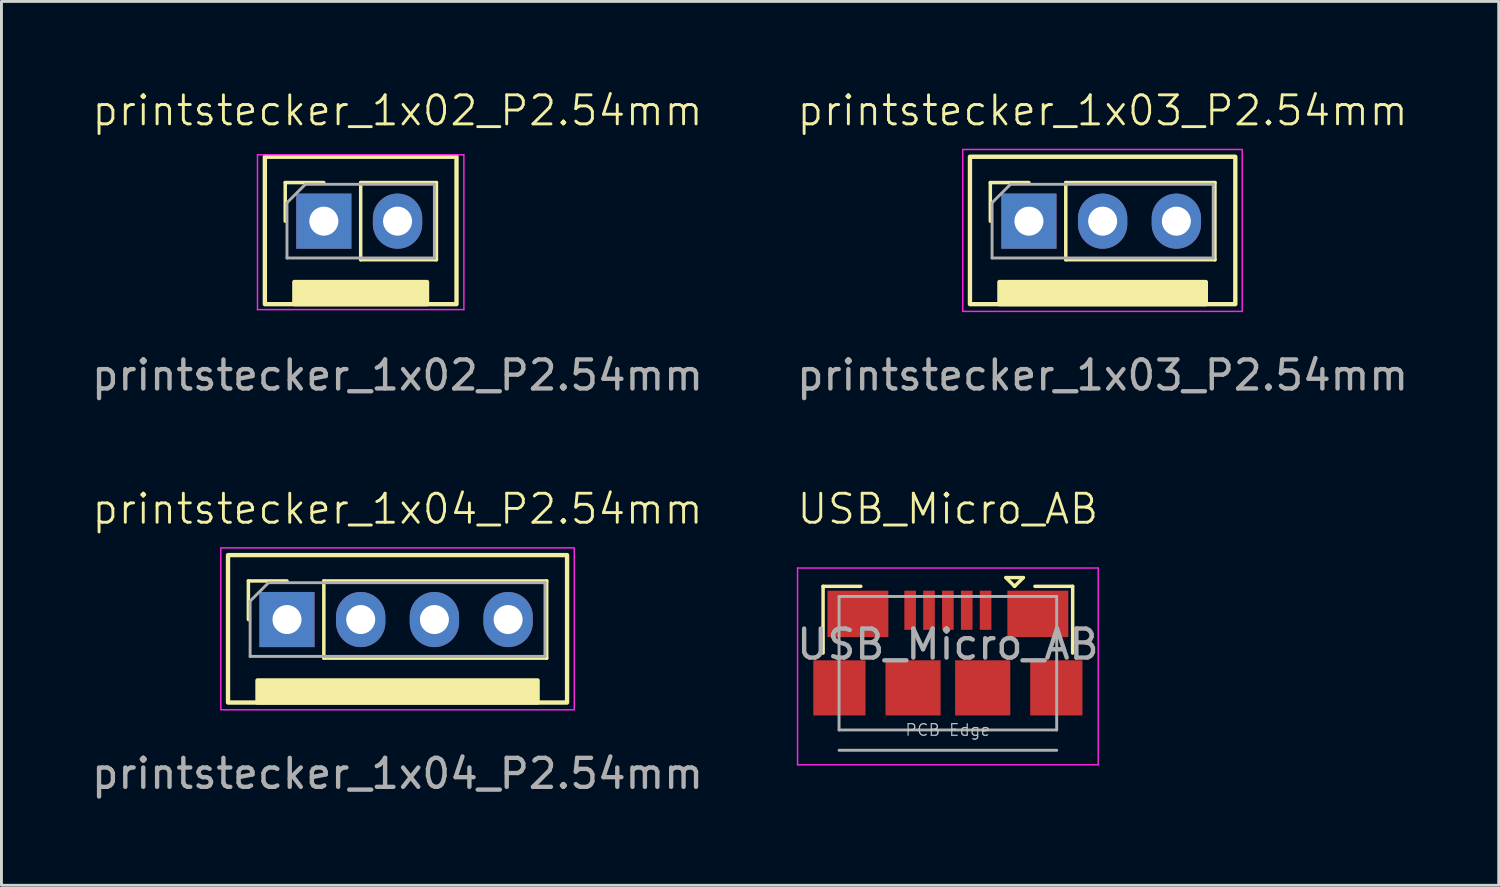
<source format=kicad_pcb>
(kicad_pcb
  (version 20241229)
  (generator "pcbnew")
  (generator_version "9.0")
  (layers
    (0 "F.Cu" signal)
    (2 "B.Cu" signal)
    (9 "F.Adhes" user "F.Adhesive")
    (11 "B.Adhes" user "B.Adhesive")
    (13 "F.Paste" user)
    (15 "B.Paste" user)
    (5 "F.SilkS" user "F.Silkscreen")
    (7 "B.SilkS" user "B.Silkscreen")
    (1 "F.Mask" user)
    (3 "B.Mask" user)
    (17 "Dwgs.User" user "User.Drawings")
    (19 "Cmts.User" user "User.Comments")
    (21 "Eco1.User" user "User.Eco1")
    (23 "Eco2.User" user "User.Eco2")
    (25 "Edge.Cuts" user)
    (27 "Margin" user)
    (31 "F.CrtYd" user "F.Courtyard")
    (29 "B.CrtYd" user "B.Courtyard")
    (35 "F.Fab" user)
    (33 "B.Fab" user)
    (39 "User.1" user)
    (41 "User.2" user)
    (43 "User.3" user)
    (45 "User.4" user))
  (footprint "printstecker_1x04_P2.54mm"
    (layer "F.Cu")
    (at 10.649 18.299)
    (property "Reference" "printstecker_1x04_P2.54mm" (at 0 -3.81 0) (unlocked yes) (layer "F.SilkS") (effects (font (size 1 1) (thickness 0.1))))
    (attr through_hole)
    (fp_line (start -5.14 -1.33) (end -3.81 -1.33) (stroke (width 0.12) (type solid)) (layer "F.SilkS"))
    (fp_line (start -5.14 0) (end -5.14 -1.33) (stroke (width 0.12) (type solid)) (layer "F.SilkS"))
    (fp_line (start -2.54 -1.33) (end 5.14 -1.33) (stroke (width 0.12) (type solid)) (layer "F.SilkS"))
    (fp_line (start -2.54 1.33) (end -2.54 -1.33) (stroke (width 0.12) (type solid)) (layer "F.SilkS"))
    (fp_line (start -2.54 1.33) (end 5.14 1.33) (stroke (width 0.12) (type solid)) (layer "F.SilkS"))
    (fp_line (start 5.14 1.33) (end 5.14 -1.33) (stroke (width 0.12) (type solid)) (layer "F.SilkS"))
    (fp_rect (start -5.842 -2.22) (end 5.842 2.86) (stroke (width 0.15) (type default)) (fill no) (layer "F.SilkS"))
    (fp_rect (start -4.826 2.098) (end 4.826 2.86) (stroke (width 0.15) (type solid)) (fill yes) (layer "F.SilkS"))
    (fp_rect (start -6.09 -2.47) (end 6.09 3.11) (stroke (width 0.05) (type default)) (fill no) (layer "F.CrtYd"))
    (fp_line (start -5.08 -0.635) (end -4.445 -1.27) (stroke (width 0.1) (type solid)) (layer "F.Fab"))
    (fp_line (start -5.08 1.27) (end -5.08 -0.635) (stroke (width 0.1) (type solid)) (layer "F.Fab"))
    (fp_line (start -4.445 -1.27) (end 5.08 -1.27) (stroke (width 0.1) (type solid)) (layer "F.Fab"))
    (fp_line (start 5.08 -1.27) (end 5.08 1.27) (stroke (width 0.1) (type solid)) (layer "F.Fab"))
    (fp_line (start 5.08 1.27) (end -5.08 1.27) (stroke (width 0.1) (type solid)) (layer "F.Fab"))
    (fp_text user "${REFERENCE}" (at 0 5.31 0) (unlocked yes) (layer "F.Fab") (effects (font (size 1 1) (thickness 0.15))))
    (pad "1" thru_hole rect (at -3.81 0 90) (size 1.9 1.9) (drill 1) (layers "*.Cu" "*.Mask"))
    (pad "2" thru_hole oval (at -1.27 0 90) (size 1.9 1.7) (drill 1) (layers "*.Cu" "*.Mask"))
    (pad "3" thru_hole oval (at 1.27 0 90) (size 1.9 1.7) (drill 1) (layers "*.Cu" "*.Mask"))
    (pad "4" thru_hole oval (at 3.81 0 90) (size 1.9 1.7) (drill 1) (layers "*.Cu" "*.Mask")))
  (footprint "USB_Micro_AB"
    (layer "F.Cu")
    (at 29.613 20.654)
    (property "Reference" "USB_Micro_AB" (at 0 -6.165 0) (unlocked yes) (layer "F.SilkS") (effects (font (size 1 1) (thickness 0.1))))
    (attr smd)
    (fp_line (start -4.3 -3.5) (end -4.3 -1.2) (stroke (width 0.12) (type solid)) (layer "F.SilkS"))
    (fp_line (start -4.3 -3.5) (end -3 -3.5) (stroke (width 0.12) (type solid)) (layer "F.SilkS"))
    (fp_line (start 2 -3.8) (end 2.6 -3.8) (stroke (width 0.12) (type solid)) (layer "F.SilkS"))
    (fp_line (start 2.3 -3.5) (end 2 -3.8) (stroke (width 0.12) (type solid)) (layer "F.SilkS"))
    (fp_line (start 2.3 -3.5) (end 2.6 -3.8) (stroke (width 0.12) (type solid)) (layer "F.SilkS"))
    (fp_line (start 3 -3.5) (end 4.3 -3.5) (stroke (width 0.12) (type solid)) (layer "F.SilkS"))
    (fp_line (start 4.3 -3.5) (end 4.3 -1.2) (stroke (width 0.12) (type solid)) (layer "F.SilkS"))
    (fp_line (start -5.18 -4.13) (end -5.18 2.65) (stroke (width 0.05) (type solid)) (layer "F.CrtYd"))
    (fp_line (start -5.18 -4.13) (end 5.18 -4.13) (stroke (width 0.05) (type solid)) (layer "F.CrtYd"))
    (fp_line (start -5.18 2.65) (end 5.18 2.65) (stroke (width 0.05) (type solid)) (layer "F.CrtYd"))
    (fp_line (start 5.18 -4.13) (end 5.18 2.65) (stroke (width 0.05) (type solid)) (layer "F.CrtYd"))
    (fp_line (start -3.75 -3.15) (end -3.75 1.45) (stroke (width 0.1) (type solid)) (layer "F.Fab"))
    (fp_line (start -3.75 -3.15) (end 3.75 -3.15) (stroke (width 0.1) (type solid)) (layer "F.Fab"))
    (fp_line (start -3.75 1.45) (end 3.75 1.45) (stroke (width 0.1) (type solid)) (layer "F.Fab"))
    (fp_line (start -3.75 2.15) (end 3.75 2.15) (stroke (width 0.1) (type solid)) (layer "F.Fab"))
    (fp_line (start 3.75 -3.15) (end 3.75 1.45) (stroke (width 0.1) (type solid)) (layer "F.Fab"))
    (fp_text user "PCB Edge" (at 0 1.45 0) (layer "Dwgs.User") (effects (font (size 0.4 0.4) (thickness 0.04))))
    (fp_text user "${REFERENCE}" (at 0 -1.5 0) (layer "F.Fab") (effects (font (size 1 1) (thickness 0.15))))
    (pad "" smd rect (at -3.5 0) (size 0.3 0.85) (layers "F.Paste"))
    (pad "" smd rect (at 3.5 0) (size 0.3 0.85) (layers "F.Paste"))
    (pad "1" smd rect (at -1.3 -2.675) (size 0.4 1.35) (layers "F.Cu" "F.Mask" "F.Paste"))
    (pad "2" smd rect (at -0.65 -2.675) (size 0.4 1.35) (layers "F.Cu" "F.Mask" "F.Paste"))
    (pad "3" smd rect (at 0 -2.675) (size 0.4 1.35) (layers "F.Cu" "F.Mask" "F.Paste"))
    (pad "4" smd rect (at 0.65 -2.675) (size 0.4 1.35) (layers "F.Cu" "F.Mask" "F.Paste"))
    (pad "5" smd rect (at 1.3 -2.675) (size 0.4 1.35) (layers "F.Cu" "F.Mask" "F.Paste"))
    (pad "6" smd rect (at 3.1 -2.55) (size 2.1 1.6) (layers "F.Cu" "F.Mask" "F.Paste"))
    (pad "7" smd rect (at 3.737 0) (size 1.8 1.9) (layers "F.Cu" "F.Mask"))
    (pad "8" smd rect (at 1.2 0) (size 1.9 1.9) (layers "F.Cu" "F.Mask" "F.Paste"))
    (pad "9" smd rect (at -1.2 0 180) (size 1.9 1.9) (layers "F.Cu" "F.Mask" "F.Paste"))
    (pad "10" smd rect (at -3.737 0) (size 1.8 1.9) (layers "F.Cu" "F.Mask"))
    (pad "11" smd rect (at -3.1 -2.55) (size 2.1 1.6) (layers "F.Cu" "F.Mask" "F.Paste")))
  (footprint "printstecker_1x03_P2.54mm"
    (layer "F.Cu")
    (at 34.946 4.571)
    (property "Reference" "printstecker_1x03_P2.54mm" (at 0 -3.81 0) (unlocked yes) (layer "F.SilkS") (effects (font (size 1 1) (thickness 0.1))))
    (attr through_hole)
    (fp_line (start -3.87 -1.33) (end -2.54 -1.33) (stroke (width 0.12) (type solid)) (layer "F.SilkS"))
    (fp_line (start -3.87 0) (end -3.87 -1.33) (stroke (width 0.12) (type solid)) (layer "F.SilkS"))
    (fp_line (start -1.27 -1.33) (end 3.87 -1.33) (stroke (width 0.12) (type solid)) (layer "F.SilkS"))
    (fp_line (start -1.27 1.33) (end -1.27 -1.33) (stroke (width 0.12) (type solid)) (layer "F.SilkS"))
    (fp_line (start -1.27 1.33) (end 3.87 1.33) (stroke (width 0.12) (type solid)) (layer "F.SilkS"))
    (fp_line (start 3.87 1.33) (end 3.87 -1.33) (stroke (width 0.12) (type solid)) (layer "F.SilkS"))
    (fp_rect (start -4.572 -2.22) (end 4.572 2.86) (stroke (width 0.15) (type default)) (fill no) (layer "F.SilkS"))
    (fp_rect (start -3.556 2.098) (end 3.556 2.86) (stroke (width 0.15) (type solid)) (fill yes) (layer "F.SilkS"))
    (fp_rect (start -4.82 -2.47) (end 4.81 3.11) (stroke (width 0.05) (type default)) (fill no) (layer "F.CrtYd"))
    (fp_line (start -3.81 -0.635) (end -3.175 -1.27) (stroke (width 0.1) (type solid)) (layer "F.Fab"))
    (fp_line (start -3.81 1.27) (end -3.81 -0.635) (stroke (width 0.1) (type solid)) (layer "F.Fab"))
    (fp_line (start -3.175 -1.27) (end 3.81 -1.27) (stroke (width 0.1) (type solid)) (layer "F.Fab"))
    (fp_line (start 3.81 -1.27) (end 3.81 1.27) (stroke (width 0.1) (type solid)) (layer "F.Fab"))
    (fp_line (start 3.81 1.27) (end -3.81 1.27) (stroke (width 0.1) (type solid)) (layer "F.Fab"))
    (fp_text user "${REFERENCE}" (at 0 5.31 0) (unlocked yes) (layer "F.Fab") (effects (font (size 1 1) (thickness 0.15))))
    (pad "1" thru_hole rect (at -2.54 0 90) (size 1.9 1.9) (drill 1) (layers "*.Cu" "*.Mask"))
    (pad "2" thru_hole oval (at 0 0 90) (size 1.9 1.7) (drill 1) (layers "*.Cu" "*.Mask"))
    (pad "3" thru_hole oval (at 2.54 0 90) (size 1.9 1.7) (drill 1) (layers "*.Cu" "*.Mask")))
  (footprint "printstecker_1x02_P2.54mm"
    (layer "F.Cu")
    (at 10.649 4.571)
    (property "Reference" "printstecker_1x02_P2.54mm" (at 0 -3.81 0) (unlocked yes) (layer "F.SilkS") (effects (font (size 1 1) (thickness 0.1))))
    (attr through_hole)
    (fp_line (start -3.87 -1.33) (end -2.54 -1.33) (stroke (width 0.12) (type solid)) (layer "F.SilkS"))
    (fp_line (start -3.87 0) (end -3.87 -1.33) (stroke (width 0.12) (type solid)) (layer "F.SilkS"))
    (fp_line (start -1.27 -1.33) (end 1.34 -1.33) (stroke (width 0.12) (type solid)) (layer "F.SilkS"))
    (fp_line (start -1.27 1.33) (end -1.27 -1.33) (stroke (width 0.12) (type solid)) (layer "F.SilkS"))
    (fp_line (start -1.27 1.33) (end 1.34 1.33) (stroke (width 0.12) (type solid)) (layer "F.SilkS"))
    (fp_line (start 1.34 1.33) (end 1.34 -1.33) (stroke (width 0.12) (type solid)) (layer "F.SilkS"))
    (fp_rect (start -4.572 -2.22) (end 2.032 2.86) (stroke (width 0.15) (type default)) (fill no) (layer "F.SilkS"))
    (fp_rect (start -3.556 2.098) (end 1.016 2.86) (stroke (width 0.15) (type solid)) (fill yes) (layer "F.SilkS"))
    (fp_line (start -4.826 -2.286) (end 2.286 -2.286) (stroke (width 0.05) (type solid)) (layer "F.CrtYd"))
    (fp_line (start -4.826 3.048) (end -4.826 -2.286) (stroke (width 0.05) (type solid)) (layer "F.CrtYd"))
    (fp_line (start 2.286 -2.286) (end 2.286 3.048) (stroke (width 0.05) (type solid)) (layer "F.CrtYd"))
    (fp_line (start 2.286 3.048) (end -4.826 3.048) (stroke (width 0.05) (type solid)) (layer "F.CrtYd"))
    (fp_line (start -3.81 -0.635) (end -3.175 -1.27) (stroke (width 0.1) (type solid)) (layer "F.Fab"))
    (fp_line (start -3.81 1.27) (end -3.81 -0.635) (stroke (width 0.1) (type solid)) (layer "F.Fab"))
    (fp_line (start -3.175 -1.27) (end 1.27 -1.27) (stroke (width 0.1) (type solid)) (layer "F.Fab"))
    (fp_line (start 1.27 -1.27) (end 1.27 1.27) (stroke (width 0.1) (type solid)) (layer "F.Fab"))
    (fp_line (start 1.27 1.27) (end -3.81 1.27) (stroke (width 0.1) (type solid)) (layer "F.Fab"))
    (fp_text user "${REFERENCE}" (at 0 5.31 0) (unlocked yes) (layer "F.Fab") (effects (font (size 1 1) (thickness 0.15))))
    (pad "1" thru_hole rect (at -2.54 0 90) (size 1.9 1.9) (drill 1) (layers "*.Cu" "*.Mask"))
    (pad "2" thru_hole oval (at 0 0 90) (size 1.9 1.7) (drill 1) (layers "*.Cu" "*.Mask")))
  (gr_rect
    (start -3 -3)
    (end 48.595 27.457)
    (stroke (width 0.1) (type default))
    (fill no)
    (layer "Edge.Cuts")))
</source>
